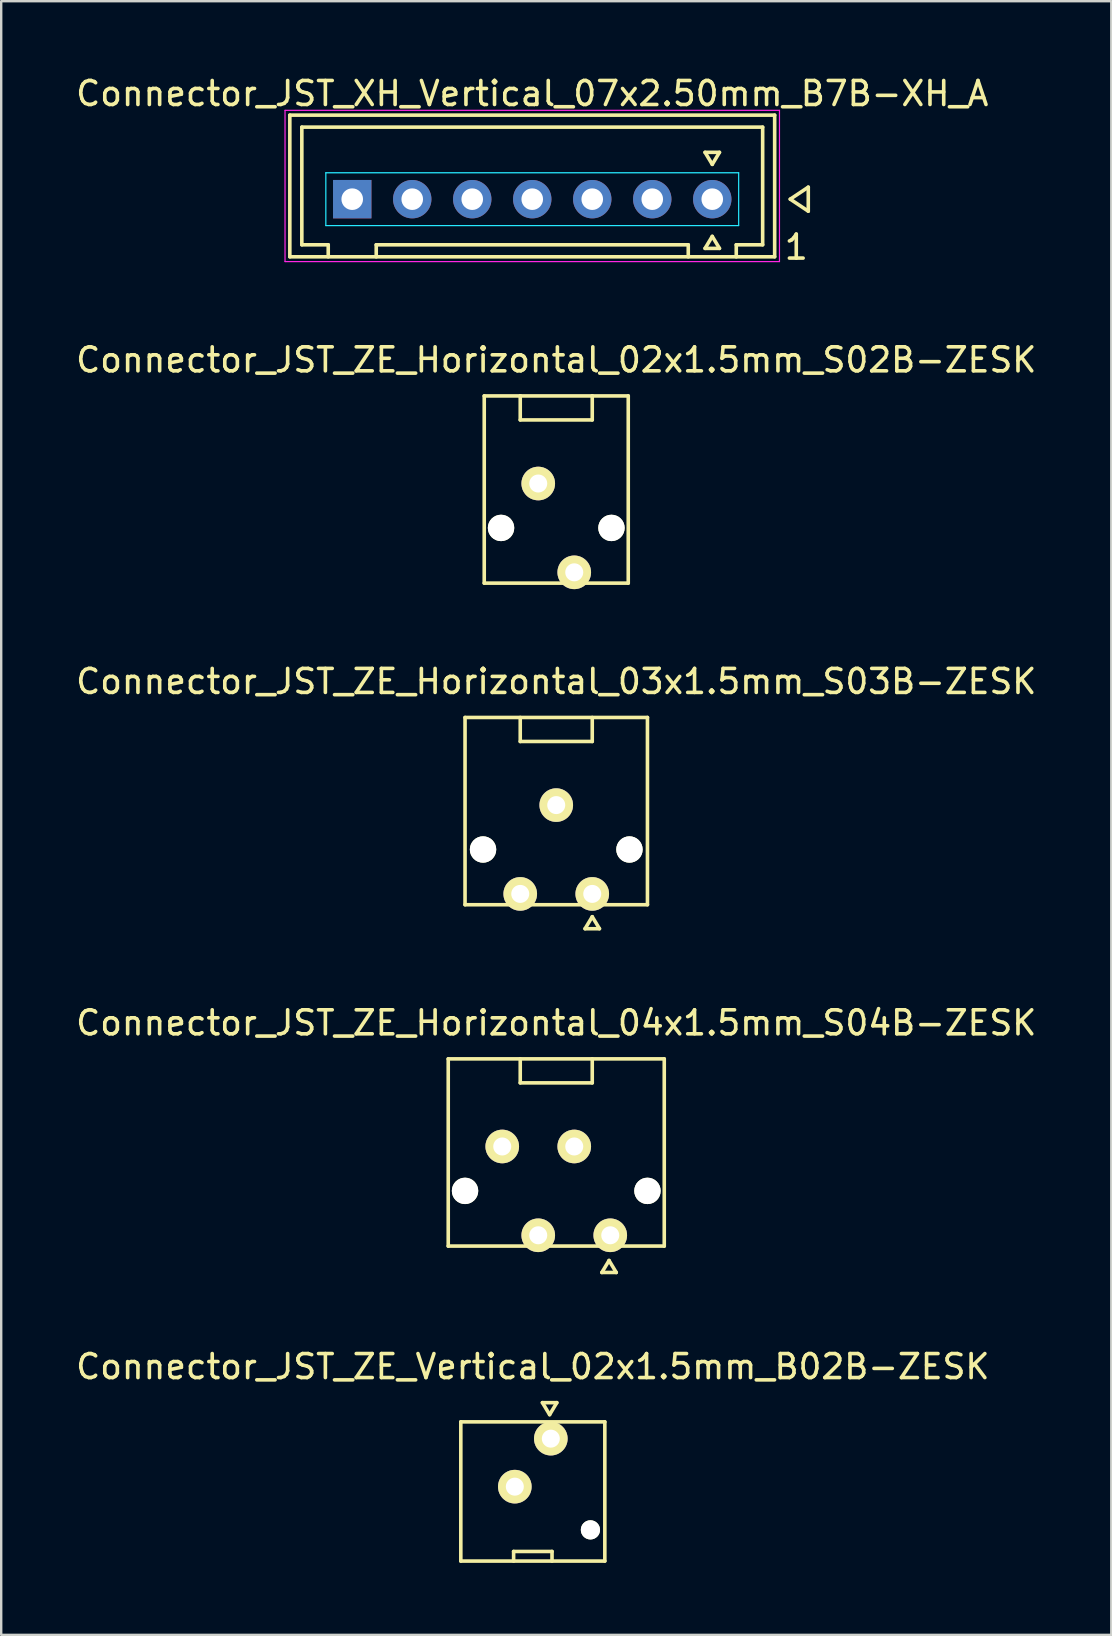
<source format=kicad_pcb>
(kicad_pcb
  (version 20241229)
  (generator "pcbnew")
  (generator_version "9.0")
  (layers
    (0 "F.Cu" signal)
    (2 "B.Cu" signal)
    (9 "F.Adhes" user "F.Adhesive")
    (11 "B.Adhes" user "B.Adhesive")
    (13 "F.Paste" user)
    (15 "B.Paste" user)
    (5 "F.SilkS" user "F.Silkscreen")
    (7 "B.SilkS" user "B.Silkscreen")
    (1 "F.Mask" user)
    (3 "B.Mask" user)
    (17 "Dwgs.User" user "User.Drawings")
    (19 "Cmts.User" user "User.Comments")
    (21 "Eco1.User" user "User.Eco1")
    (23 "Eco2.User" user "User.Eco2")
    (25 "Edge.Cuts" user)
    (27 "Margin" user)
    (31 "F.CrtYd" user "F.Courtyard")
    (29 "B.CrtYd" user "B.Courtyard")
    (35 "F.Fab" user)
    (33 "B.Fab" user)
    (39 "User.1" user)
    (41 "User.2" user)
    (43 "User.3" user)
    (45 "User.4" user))
  (footprint "Connector_JST_ZE_Horizontal_03x1.5mm_S03B-ZESK"
    (layer "F.Cu")
    (at 20.125 32.343)
    (property "Reference" "Connector_JST_ZE_Horizontal_03x1.5mm_S03B-ZESK" (at 0 -7 0) (layer "F.SilkS") (effects (font (size 1 1) (thickness 0.15))))
    (attr through_hole)
    (fp_line (start -3.8 2.3) (end -3.8 -5.5) (stroke (width 0.15) (type solid)) (layer "F.SilkS"))
    (fp_line (start -1.5 -4.5) (end -1.5 -5.5) (stroke (width 0.15) (type solid)) (layer "F.SilkS"))
    (fp_line (start 1.2 3.3) (end 1.5 2.8) (stroke (width 0.15) (type solid)) (layer "F.SilkS"))
    (fp_line (start 1.5 -5.5) (end 1.5 -4.5) (stroke (width 0.15) (type solid)) (layer "F.SilkS"))
    (fp_line (start 1.5 -4.5) (end -1.5 -4.5) (stroke (width 0.15) (type solid)) (layer "F.SilkS"))
    (fp_line (start 1.5 2.8) (end 1.8 3.3) (stroke (width 0.15) (type solid)) (layer "F.SilkS"))
    (fp_line (start 1.8 3.3) (end 1.2 3.3) (stroke (width 0.15) (type solid)) (layer "F.SilkS"))
    (fp_line (start 3.8 -5.5) (end -3.8 -5.5) (stroke (width 0.15) (type solid)) (layer "F.SilkS"))
    (fp_line (start 3.8 -5.5) (end 3.8 2.3) (stroke (width 0.15) (type solid)) (layer "F.SilkS"))
    (fp_line (start 3.8 2.3) (end -3.8 2.3) (stroke (width 0.15) (type solid)) (layer "F.SilkS"))
    (pad "" np_thru_hole circle (at -3.05 0) (size 1.1 1.1) (drill 1.1) (layers "*.Cu" "*.Mask" "F.SilkS"))
    (pad "" np_thru_hole circle (at 3.05 0) (size 1.1 1.1) (drill 1.1) (layers "*.Cu" "*.Mask" "F.SilkS"))
    (pad "1" thru_hole circle (at 1.5 1.85) (size 1.4 1.4) (drill 0.75) (layers "*.Cu" "*.Mask" "F.SilkS"))
    (pad "2" thru_hole circle (at 0 -1.85) (size 1.4 1.4) (drill 0.75) (layers "*.Cu" "*.Mask" "F.SilkS"))
    (pad "3" thru_hole circle (at -1.5 1.85) (size 1.4 1.4) (drill 0.75) (layers "*.Cu" "*.Mask" "F.SilkS")))
  (footprint "Connector_JST_ZE_Vertical_02x1.5mm_B02B-ZESK"
    (layer "F.Cu")
    (at 19.149 57.889)
    (property "Reference" "Connector_JST_ZE_Vertical_02x1.5mm_B02B-ZESK" (at 0 -4 0) (layer "F.SilkS") (effects (font (size 1 1) (thickness 0.15))))
    (attr through_hole)
    (fp_line (start -3 -1.7) (end -3 4.1) (stroke (width 0.15) (type solid)) (layer "F.SilkS"))
    (fp_line (start -3 4.1) (end 3 4.1) (stroke (width 0.15) (type solid)) (layer "F.SilkS"))
    (fp_line (start -0.8 3.7) (end -0.8 4.1) (stroke (width 0.15) (type solid)) (layer "F.SilkS"))
    (fp_line (start 0.4 -2.5) (end 0.7 -2) (stroke (width 0.15) (type solid)) (layer "F.SilkS"))
    (fp_line (start 0.7 -2) (end 1 -2.5) (stroke (width 0.15) (type solid)) (layer "F.SilkS"))
    (fp_line (start 0.8 3.7) (end -0.8 3.7) (stroke (width 0.15) (type solid)) (layer "F.SilkS"))
    (fp_line (start 0.8 4.1) (end 0.8 3.7) (stroke (width 0.15) (type solid)) (layer "F.SilkS"))
    (fp_line (start 1 -2.5) (end 0.4 -2.5) (stroke (width 0.15) (type solid)) (layer "F.SilkS"))
    (fp_line (start 3 -1.7) (end -3 -1.7) (stroke (width 0.15) (type solid)) (layer "F.SilkS"))
    (fp_line (start 3 4.1) (end 3 -1.7) (stroke (width 0.15) (type solid)) (layer "F.SilkS"))
    (pad "" np_thru_hole circle (at 2.4 2.8) (size 0.8 0.8) (drill 0.8) (layers "*.Cu" "*.Mask" "F.SilkS"))
    (pad "1" thru_hole circle (at 0.75 -1) (size 1.4 1.4) (drill 0.75) (layers "*.Cu" "*.Mask" "F.SilkS"))
    (pad "2" thru_hole circle (at -0.75 1) (size 1.4 1.4) (drill 0.75) (layers "*.Cu" "*.Mask" "F.SilkS")))
  (footprint "Connector_JST_XH_Vertical_07x2.50mm_B7B-XH_A"
    (layer "F.Cu")
    (at 26.625 5.248)
    (property "Reference" "Connector_JST_XH_Vertical_07x2.50mm_B7B-XH_A" (at -7.5 -4.4 0) (layer "F.SilkS") (effects (font (size 1 1) (thickness 0.15))))
    (attr through_hole)
    (fp_line (start -17.6 -3.5) (end -17.6 2.4) (stroke (width 0.15) (type solid)) (layer "F.SilkS"))
    (fp_line (start -17.6 2.4) (end 2.6 2.4) (stroke (width 0.15) (type solid)) (layer "F.SilkS"))
    (fp_line (start -17.1 -3) (end 2.1 -3) (stroke (width 0.15) (type solid)) (layer "F.SilkS"))
    (fp_line (start -17.1 1.9) (end -17.1 -3) (stroke (width 0.15) (type solid)) (layer "F.SilkS"))
    (fp_line (start -16 1.9) (end -17.1 1.9) (stroke (width 0.15) (type solid)) (layer "F.SilkS"))
    (fp_line (start -16 2.4) (end -16 1.9) (stroke (width 0.15) (type solid)) (layer "F.SilkS"))
    (fp_line (start -14 1.9) (end -14 2.4) (stroke (width 0.15) (type solid)) (layer "F.SilkS"))
    (fp_line (start -1 1.9) (end -14 1.9) (stroke (width 0.15) (type solid)) (layer "F.SilkS"))
    (fp_line (start -1 2.4) (end -1 1.9) (stroke (width 0.15) (type solid)) (layer "F.SilkS"))
    (fp_line (start -0.3 -1.95) (end 0.3 -1.95) (stroke (width 0.15) (type solid)) (layer "F.SilkS"))
    (fp_line (start -0.3 2.05) (end 0 1.55) (stroke (width 0.15) (type solid)) (layer "F.SilkS"))
    (fp_line (start 0 -1.45) (end -0.3 -1.95) (stroke (width 0.15) (type solid)) (layer "F.SilkS"))
    (fp_line (start 0 1.55) (end 0.3 2.05) (stroke (width 0.15) (type solid)) (layer "F.SilkS"))
    (fp_line (start 0.3 -1.95) (end 0 -1.45) (stroke (width 0.15) (type solid)) (layer "F.SilkS"))
    (fp_line (start 0.3 2.05) (end -0.3 2.05) (stroke (width 0.15) (type solid)) (layer "F.SilkS"))
    (fp_line (start 1 1.9) (end 1 2.4) (stroke (width 0.15) (type solid)) (layer "F.SilkS"))
    (fp_line (start 2.1 -3) (end 2.1 1.9) (stroke (width 0.15) (type solid)) (layer "F.SilkS"))
    (fp_line (start 2.1 1.9) (end 1 1.9) (stroke (width 0.15) (type solid)) (layer "F.SilkS"))
    (fp_line (start 2.6 -3.5) (end -17.6 -3.5) (stroke (width 0.15) (type solid)) (layer "F.SilkS"))
    (fp_line (start 2.6 -3.5) (end 2.6 2.4) (stroke (width 0.15) (type solid)) (layer "F.SilkS"))
    (fp_line (start 3.25 0) (end 4 -0.5) (stroke (width 0.15) (type solid)) (layer "F.SilkS"))
    (fp_line (start 4 -0.5) (end 4 0.5) (stroke (width 0.15) (type solid)) (layer "F.SilkS"))
    (fp_line (start 4 0.5) (end 3.25 0) (stroke (width 0.15) (type solid)) (layer "F.SilkS"))
    (fp_line (start -16.1 -1.1) (end 1.1 -1.1) (stroke (width 0.05) (type solid)) (layer "B.CrtYd"))
    (fp_line (start -16.1 1.1) (end -16.1 -1.1) (stroke (width 0.05) (type solid)) (layer "B.CrtYd"))
    (fp_line (start 1.1 -1.1) (end 1.1 1.1) (stroke (width 0.05) (type solid)) (layer "B.CrtYd"))
    (fp_line (start 1.1 1.1) (end -16.1 1.1) (stroke (width 0.05) (type solid)) (layer "B.CrtYd"))
    (fp_line (start -17.8 -3.7) (end 2.8 -3.7) (stroke (width 0.05) (type solid)) (layer "F.CrtYd"))
    (fp_line (start -17.8 2.6) (end -17.8 -3.7) (stroke (width 0.05) (type solid)) (layer "F.CrtYd"))
    (fp_line (start 2.8 -3.7) (end 2.8 2.6) (stroke (width 0.05) (type solid)) (layer "F.CrtYd"))
    (fp_line (start 2.8 2.6) (end -17.8 2.6) (stroke (width 0.05) (type solid)) (layer "F.CrtYd"))
    (fp_text user "1" (at 3.5 2 0) (layer "F.SilkS") (effects (font (size 1 1) (thickness 0.15))))
    (pad "1" thru_hole circle (at 0 0) (size 1.6 1.6) (drill 0.9) (layers "*.Cu" "*.Mask"))
    (pad "2" thru_hole circle (at -2.5 0) (size 1.6 1.6) (drill 0.9) (layers "*.Cu" "*.Mask"))
    (pad "4" thru_hole circle (at -7.5 0) (size 1.6 1.6) (drill 0.9) (layers "*.Cu" "*.Mask"))
    (pad "5" thru_hole circle (at -10 0) (size 1.6 1.6) (drill 0.9) (layers "*.Cu" "*.Mask"))
    (pad "5" thru_hole circle (at -5 0) (size 1.6 1.6) (drill 0.9) (layers "*.Cu" "*.Mask"))
    (pad "6" thru_hole circle (at -12.5 0) (size 1.6 1.6) (drill 0.9) (layers "*.Cu" "*.Mask"))
    (pad "7" thru_hole rect (at -15 0) (size 1.6 1.6) (drill 0.9) (layers "*.Cu" "*.Mask")))
  (footprint "Connector_JST_ZE_Horizontal_02x1.5mm_S02B-ZESK"
    (layer "F.Cu")
    (at 20.125 18.945)
    (property "Reference" "Connector_JST_ZE_Horizontal_02x1.5mm_S02B-ZESK" (at 0 -7 0) (layer "F.SilkS") (effects (font (size 1 1) (thickness 0.15))))
    (attr through_hole)
    (fp_line (start -3 -5.5) (end -3 2.3) (stroke (width 0.15) (type solid)) (layer "F.SilkS"))
    (fp_line (start -1.5 -5.5) (end -3 -5.5) (stroke (width 0.15) (type solid)) (layer "F.SilkS"))
    (fp_line (start -1.5 -5.5) (end 1.5 -5.5) (stroke (width 0.15) (type solid)) (layer "F.SilkS"))
    (fp_line (start -1.5 -4.5) (end -1.5 -5.5) (stroke (width 0.15) (type solid)) (layer "F.SilkS"))
    (fp_line (start 1.5 -5.5) (end 1.5 -4.5) (stroke (width 0.15) (type solid)) (layer "F.SilkS"))
    (fp_line (start 1.5 -4.5) (end -1.5 -4.5) (stroke (width 0.15) (type solid)) (layer "F.SilkS"))
    (fp_line (start 3 -5.5) (end 1.5 -5.5) (stroke (width 0.15) (type solid)) (layer "F.SilkS"))
    (fp_line (start 3 2.3) (end -3 2.3) (stroke (width 0.15) (type solid)) (layer "F.SilkS"))
    (fp_line (start 3 2.3) (end 3 -5.5) (stroke (width 0.15) (type solid)) (layer "F.SilkS"))
    (pad "" np_thru_hole circle (at -2.3 0) (size 1.1 1.1) (drill 1.1) (layers "*.Cu" "*.Mask" "F.SilkS"))
    (pad "" np_thru_hole circle (at 2.3 0) (size 1.1 1.1) (drill 1.1) (layers "*.Cu" "*.Mask" "F.SilkS"))
    (pad "1" thru_hole circle (at 0.75 1.85) (size 1.4 1.4) (drill 0.75) (layers "*.Cu" "*.Mask" "F.SilkS"))
    (pad "2" thru_hole circle (at -0.75 -1.85) (size 1.4 1.4) (drill 0.75) (layers "*.Cu" "*.Mask" "F.SilkS")))
  (footprint "Connector_JST_ZE_Horizontal_04x1.5mm_S04B-ZESK"
    (layer "F.Cu")
    (at 20.125 46.566)
    (property "Reference" "Connector_JST_ZE_Horizontal_04x1.5mm_S04B-ZESK" (at 0 -7 0) (layer "F.SilkS") (effects (font (size 1 1) (thickness 0.15))))
    (attr through_hole)
    (fp_line (start -4.5 -5.5) (end -4.5 2.3) (stroke (width 0.15) (type solid)) (layer "F.SilkS"))
    (fp_line (start -4.5 2.3) (end 4.5 2.3) (stroke (width 0.15) (type solid)) (layer "F.SilkS"))
    (fp_line (start -1.5 -4.5) (end -1.5 -5.5) (stroke (width 0.15) (type solid)) (layer "F.SilkS"))
    (fp_line (start 1.5 -5.5) (end 1.5 -4.5) (stroke (width 0.15) (type solid)) (layer "F.SilkS"))
    (fp_line (start 1.5 -4.5) (end -1.5 -4.5) (stroke (width 0.15) (type solid)) (layer "F.SilkS"))
    (fp_line (start 1.9 3.4) (end 2.2 2.9) (stroke (width 0.15) (type solid)) (layer "F.SilkS"))
    (fp_line (start 2.2 2.9) (end 2.5 3.4) (stroke (width 0.15) (type solid)) (layer "F.SilkS"))
    (fp_line (start 2.5 3.4) (end 1.9 3.4) (stroke (width 0.15) (type solid)) (layer "F.SilkS"))
    (fp_line (start 4.5 -5.5) (end -4.5 -5.5) (stroke (width 0.15) (type solid)) (layer "F.SilkS"))
    (fp_line (start 4.5 2.3) (end 4.5 -5.5) (stroke (width 0.15) (type solid)) (layer "F.SilkS"))
    (pad "" np_thru_hole circle (at -3.8 0) (size 1.1 1.1) (drill 1.1) (layers "*.Cu" "*.Mask" "F.SilkS"))
    (pad "" np_thru_hole circle (at 3.8 0) (size 1.1 1.1) (drill 1.1) (layers "*.Cu" "*.Mask" "F.SilkS"))
    (pad "1" thru_hole circle (at 2.25 1.85) (size 1.4 1.4) (drill 0.75) (layers "*.Cu" "*.Mask" "F.SilkS"))
    (pad "2" thru_hole circle (at 0.75 -1.85) (size 1.4 1.4) (drill 0.75) (layers "*.Cu" "*.Mask" "F.SilkS"))
    (pad "3" thru_hole circle (at -0.75 1.85) (size 1.4 1.4) (drill 0.75) (layers "*.Cu" "*.Mask" "F.SilkS"))
    (pad "4" thru_hole circle (at -2.25 -1.85) (size 1.4 1.4) (drill 0.75) (layers "*.Cu" "*.Mask" "F.SilkS")))
  (gr_rect
    (start -3 -3)
    (end 43.25 65.064)
    (stroke (width 0.1) (type default))
    (fill no)
    (layer "Edge.Cuts")))
</source>
